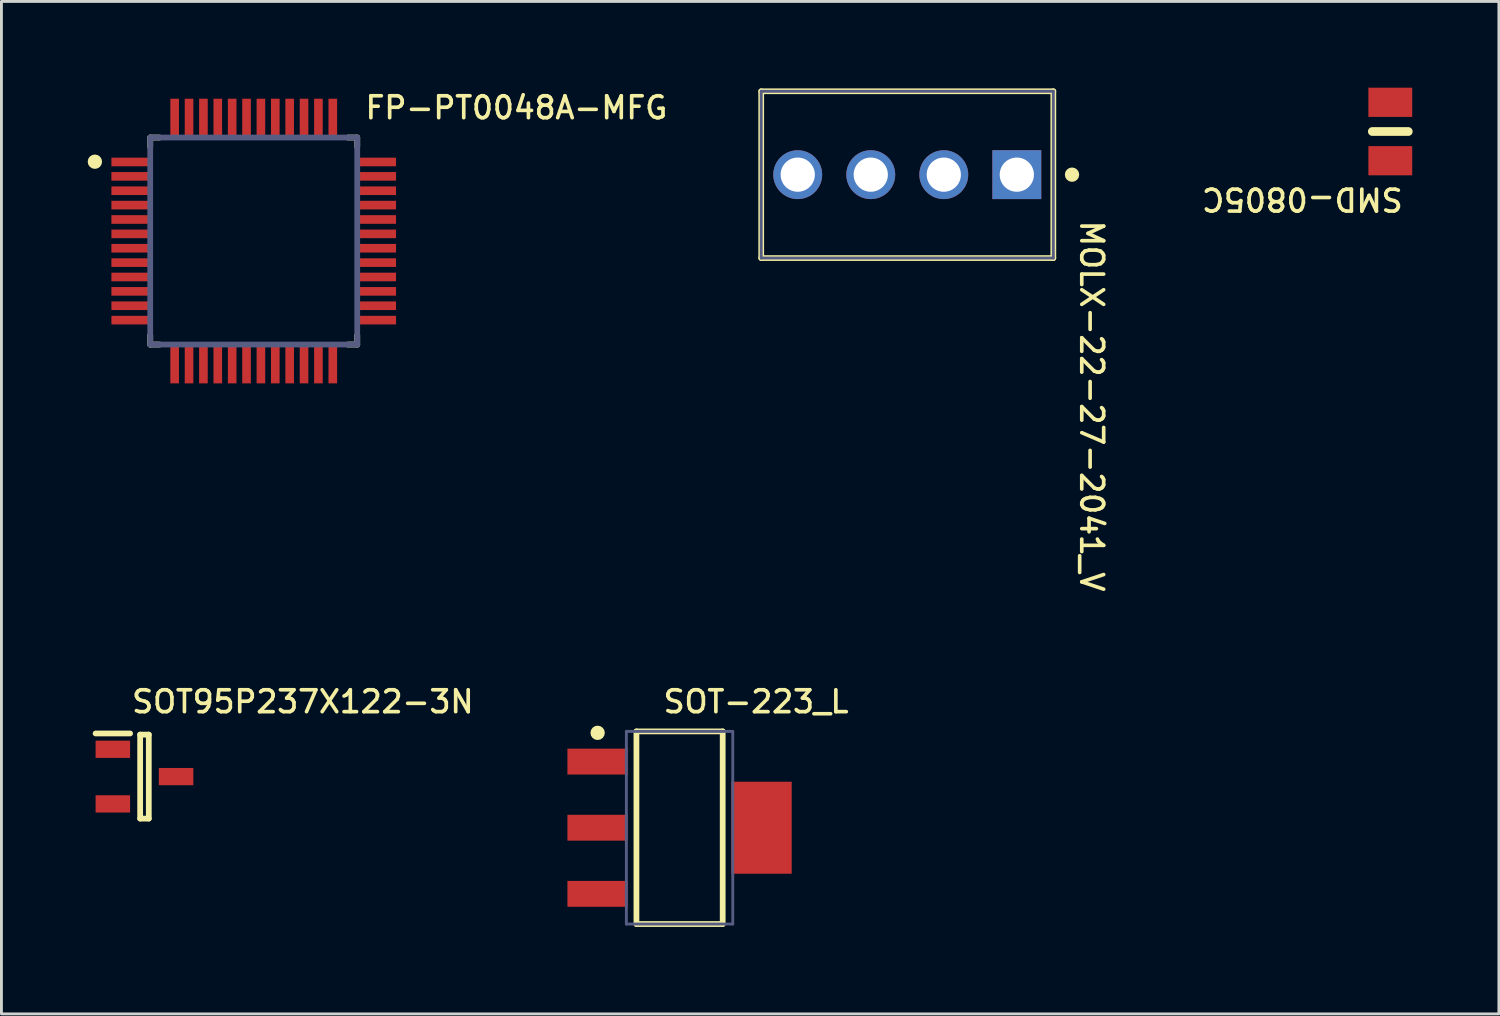
<source format=kicad_pcb>
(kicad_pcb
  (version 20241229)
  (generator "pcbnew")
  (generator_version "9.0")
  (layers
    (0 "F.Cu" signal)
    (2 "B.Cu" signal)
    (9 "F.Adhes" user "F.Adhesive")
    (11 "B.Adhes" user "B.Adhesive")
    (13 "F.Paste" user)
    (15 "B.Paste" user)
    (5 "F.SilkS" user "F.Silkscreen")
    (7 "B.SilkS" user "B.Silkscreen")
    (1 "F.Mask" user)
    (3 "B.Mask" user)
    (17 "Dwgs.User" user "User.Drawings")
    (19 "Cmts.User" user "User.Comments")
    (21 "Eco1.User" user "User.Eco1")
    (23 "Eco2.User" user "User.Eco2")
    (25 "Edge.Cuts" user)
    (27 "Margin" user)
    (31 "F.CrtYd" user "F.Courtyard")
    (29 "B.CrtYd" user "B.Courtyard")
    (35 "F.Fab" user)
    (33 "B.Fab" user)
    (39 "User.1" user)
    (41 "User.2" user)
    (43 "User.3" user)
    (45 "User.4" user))
  (footprint "SOT-223_L"
    (layer "F.Cu")
    (at 20.586 25.739)
    (property "Reference" "SOT-223_L" (at -0.635 -3.937 0) (unlocked yes) (layer "F.SilkS") (effects (font (size 0.762 0.762) (thickness 0.127)) (justify left bottom)))
    (fp_line (start -1.5 -3.35) (end 1.5 -3.35) (stroke (width 0.2) (type solid)) (layer "F.SilkS"))
    (fp_line (start -1.5 3.35) (end -1.5 -3.35) (stroke (width 0.2) (type solid)) (layer "F.SilkS"))
    (fp_line (start -1.5 3.35) (end 1.5 3.35) (stroke (width 0.2) (type solid)) (layer "F.SilkS"))
    (fp_line (start 1.5 3.35) (end 1.5 -3.35) (stroke (width 0.2) (type solid)) (layer "F.SilkS"))
    (fp_circle (center -2.85 -3.3) (end -2.85 -3.425) (stroke (width 0.25) (type solid)) (fill no) (layer "F.SilkS"))
    (fp_line (start -4 -3.45) (end 4 -3.45) (stroke (width 0.05) (type solid)) (layer "Eco1.User"))
    (fp_line (start -4 3.45) (end -4 -3.45) (stroke (width 0.05) (type solid)) (layer "Eco1.User"))
    (fp_line (start -4 3.45) (end 4 3.45) (stroke (width 0.05) (type solid)) (layer "Eco1.User"))
    (fp_line (start -0.5 0) (end 0.5 0) (stroke (width 0.1) (type solid)) (layer "Eco1.User"))
    (fp_line (start 0 0.5) (end 0 -0.5) (stroke (width 0.1) (type solid)) (layer "Eco1.User"))
    (fp_line (start 4 3.45) (end 4 -3.45) (stroke (width 0.05) (type solid)) (layer "Eco1.User"))
    (fp_line (start -1.85 -3.35) (end 1.85 -3.35) (stroke (width 0.1) (type solid)) (layer "B.Fab"))
    (fp_line (start -1.85 3.35) (end -1.85 -3.35) (stroke (width 0.1) (type solid)) (layer "B.Fab"))
    (fp_line (start -1.85 3.35) (end 1.85 3.35) (stroke (width 0.1) (type solid)) (layer "B.Fab"))
    (fp_line (start 1.85 3.35) (end 1.85 -3.35) (stroke (width 0.1) (type solid)) (layer "B.Fab"))
    (pad "1" smd rect (at -2.85 -2.3 90) (size 0.9 2.1) (layers "F.Cu" "F.Mask" "F.Paste"))
    (pad "2" smd rect (at -2.85 0 90) (size 0.9 2.1) (layers "F.Cu" "F.Mask" "F.Paste"))
    (pad "3" smd rect (at -2.85 2.3 90) (size 0.9 2.1) (layers "F.Cu" "F.Mask" "F.Paste"))
    (pad "4" smd rect (at 2.85 0 90) (size 3.2 2.1) (layers "F.Cu" "F.Mask" "F.Paste")))
  (footprint "SMD-0805C"
    (layer "F.Cu")
    (at 45.306 1.524)
    (property "Reference" "SMD-0805C" (at 0.508 1.905 180) (unlocked yes) (layer "F.SilkS") (effects (font (size 0.762 0.762) (thickness 0.127)) (justify left bottom)))
    (fp_line (start 0.625 -0.00024) (end -0.625 -0.00024) (stroke (width 0.305) (type solid)) (layer "F.SilkS"))
    (pad "1" smd rect (at 0 -1.016 270) (size 1.016 1.524) (layers "F.Cu" "F.Mask" "F.Paste"))
    (pad "2" smd rect (at 0 1.016 270) (size 1.016 1.524) (layers "F.Cu" "F.Mask" "F.Paste")))
  (footprint "MOLX-22-27-2041_V"
    (layer "F.Cu")
    (at 28.506 3.025)
    (property "Reference" "MOLX-22-27-2041_V" (at 5.969 1.524 270) (unlocked yes) (layer "F.SilkS") (effects (font (size 0.762 0.762) (thickness 0.127)) (justify left bottom)))
    (fp_line (start -5.08 -2.9) (end -5.08 2.9) (stroke (width 0.2) (type solid)) (layer "F.SilkS"))
    (fp_line (start -5.08 -2.9) (end 5.08 -2.9) (stroke (width 0.2) (type solid)) (layer "F.SilkS"))
    (fp_line (start -5.08 2.9) (end 5.08 2.9) (stroke (width 0.2) (type solid)) (layer "F.SilkS"))
    (fp_line (start 5.08 -2.9) (end 5.08 2.9) (stroke (width 0.2) (type solid)) (layer "F.SilkS"))
    (fp_circle (center 5.73 0) (end 5.855 0) (stroke (width 0.25) (type solid)) (fill no) (layer "F.SilkS"))
    (fp_line (start -5.18 -3) (end -5.18 3) (stroke (width 0.05) (type solid)) (layer "Eco1.User"))
    (fp_line (start -5.18 -3) (end 5.18 -3) (stroke (width 0.05) (type solid)) (layer "Eco1.User"))
    (fp_line (start -5.18 3) (end 5.18 3) (stroke (width 0.05) (type solid)) (layer "Eco1.User"))
    (fp_line (start -0.5 0) (end 0.5 0) (stroke (width 0.1) (type solid)) (layer "Eco1.User"))
    (fp_line (start 0 -0.5) (end 0 0.5) (stroke (width 0.1) (type solid)) (layer "Eco1.User"))
    (fp_line (start 5.18 -3) (end 5.18 3) (stroke (width 0.05) (type solid)) (layer "Eco1.User"))
    (fp_line (start -5.08 -2.9) (end -5.08 2.9) (stroke (width 0.1) (type solid)) (layer "B.Fab"))
    (fp_line (start -5.08 -2.9) (end 5.08 -2.9) (stroke (width 0.1) (type solid)) (layer "B.Fab"))
    (fp_line (start -5.08 2.9) (end 5.08 2.9) (stroke (width 0.1) (type solid)) (layer "B.Fab"))
    (fp_line (start 5.08 -2.9) (end 5.08 2.9) (stroke (width 0.1) (type solid)) (layer "B.Fab"))
    (pad "1" thru_hole rect (at 3.81 0 180) (size 1.7 1.7) (drill 1.19) (layers "*.Cu" "*.Mask"))
    (pad "2" thru_hole circle (at 1.27 0 180) (size 1.7 1.7) (drill 1.19) (layers "*.Cu" "*.Mask"))
    (pad "3" thru_hole circle (at -1.27 0 180) (size 1.7 1.7) (drill 1.19) (layers "*.Cu" "*.Mask"))
    (pad "4" thru_hole circle (at -3.81 0 180) (size 1.7 1.7) (drill 1.19) (layers "*.Cu" "*.Mask")))
  (footprint "SOT95P237X122-3N"
    (layer "F.Cu")
    (at 1.975 23.961)
    (property "Reference" "SOT95P237X122-3N" (at -0.508 -2.159 0) (unlocked yes) (layer "F.SilkS") (effects (font (size 0.762 0.762) (thickness 0.127)) (justify left bottom)))
    (fp_line (start -1.7 -1.5) (end -0.5 -1.5) (stroke (width 0.2) (type solid)) (layer "F.SilkS"))
    (fp_line (start -0.15 -1.46) (end 0.15 -1.46) (stroke (width 0.2) (type solid)) (layer "F.SilkS"))
    (fp_line (start -0.15 1.46) (end -0.15 -1.46) (stroke (width 0.2) (type solid)) (layer "F.SilkS"))
    (fp_line (start -0.15 1.46) (end 0.15 1.46) (stroke (width 0.2) (type solid)) (layer "F.SilkS"))
    (fp_line (start 0.15 1.46) (end 0.15 -1.46) (stroke (width 0.2) (type solid)) (layer "F.SilkS"))
    (fp_line (start -1.95 -1.77) (end 1.95 -1.77) (stroke (width 0.05) (type solid)) (layer "Eco1.User"))
    (fp_line (start -1.95 1.77) (end -1.95 -1.77) (stroke (width 0.05) (type solid)) (layer "Eco1.User"))
    (fp_line (start -1.95 1.77) (end 1.95 1.77) (stroke (width 0.05) (type solid)) (layer "Eco1.User"))
    (fp_line (start -0.65 -1.46) (end 0.65 -1.46) (stroke (width 0.1) (type solid)) (layer "Eco1.User"))
    (fp_line (start -0.65 -0.51) (end 0.3 -1.46) (stroke (width 0.1) (type solid)) (layer "Eco1.User"))
    (fp_line (start -0.65 1.46) (end -0.65 -1.46) (stroke (width 0.1) (type solid)) (layer "Eco1.User"))
    (fp_line (start -0.65 1.46) (end 0.65 1.46) (stroke (width 0.1) (type solid)) (layer "Eco1.User"))
    (fp_line (start 0.65 1.46) (end 0.65 -1.46) (stroke (width 0.1) (type solid)) (layer "Eco1.User"))
    (fp_line (start 1.95 1.77) (end 1.95 -1.77) (stroke (width 0.05) (type solid)) (layer "Eco1.User"))
    (pad "1" smd rect (at -1.1 -0.95) (size 1.2 0.6) (layers "F.Cu" "F.Mask" "F.Paste"))
    (pad "2" smd rect (at -1.1 0.95) (size 1.2 0.6) (layers "F.Cu" "F.Mask" "F.Paste"))
    (pad "3" smd rect (at 1.1 0) (size 1.2 0.6) (layers "F.Cu" "F.Mask" "F.Paste")))
  (footprint "FP-PT0048A-MFG"
    (layer "F.Cu")
    (at 5.775 5.334)
    (property "Reference" "FP-PT0048A-MFG" (at 3.81 -4.191 0) (unlocked yes) (layer "F.SilkS") (effects (font (size 0.762 0.762) (thickness 0.127)) (justify left bottom)))
    (fp_line (start -3.6 -3.6) (end -3.275 -3.6) (stroke (width 0.2) (type solid)) (layer "F.SilkS"))
    (fp_line (start -3.6 -3.275) (end -3.6 -3.6) (stroke (width 0.2) (type solid)) (layer "F.SilkS"))
    (fp_line (start -3.6 3.6) (end -3.6 3.275) (stroke (width 0.2) (type solid)) (layer "F.SilkS"))
    (fp_line (start -3.6 3.6) (end -3.275 3.6) (stroke (width 0.2) (type solid)) (layer "F.SilkS"))
    (fp_line (start 3.275 -3.6) (end 3.6 -3.6) (stroke (width 0.2) (type solid)) (layer "F.SilkS"))
    (fp_line (start 3.275 3.6) (end 3.6 3.6) (stroke (width 0.2) (type solid)) (layer "F.SilkS"))
    (fp_line (start 3.6 -3.275) (end 3.6 -3.6) (stroke (width 0.2) (type solid)) (layer "F.SilkS"))
    (fp_line (start 3.6 3.6) (end 3.6 3.275) (stroke (width 0.2) (type solid)) (layer "F.SilkS"))
    (fp_circle (center -5.525 -2.76) (end -5.525 -2.885) (stroke (width 0.25) (type solid)) (fill no) (layer "F.SilkS"))
    (fp_rect (start -4.925 -2.625) (end -3.575 -2.875) (stroke (width 0) (type default)) (fill yes) (layer "F.Paste"))
    (fp_rect (start -4.925 -2.125) (end -3.575 -2.375) (stroke (width 0) (type default)) (fill yes) (layer "F.Paste"))
    (fp_rect (start -4.925 -1.625) (end -3.575 -1.875) (stroke (width 0) (type default)) (fill yes) (layer "F.Paste"))
    (fp_rect (start -4.925 -1.125) (end -3.575 -1.375) (stroke (width 0) (type default)) (fill yes) (layer "F.Paste"))
    (fp_rect (start -4.925 -0.625) (end -3.575 -0.875) (stroke (width 0) (type default)) (fill yes) (layer "F.Paste"))
    (fp_rect (start -4.925 -0.125) (end -3.575 -0.375) (stroke (width 0) (type default)) (fill yes) (layer "F.Paste"))
    (fp_rect (start -4.925 0.375) (end -3.575 0.125) (stroke (width 0) (type default)) (fill yes) (layer "F.Paste"))
    (fp_rect (start -4.925 0.875) (end -3.575 0.625) (stroke (width 0) (type default)) (fill yes) (layer "F.Paste"))
    (fp_rect (start -4.925 1.375) (end -3.575 1.125) (stroke (width 0) (type default)) (fill yes) (layer "F.Paste"))
    (fp_rect (start -4.925 1.875) (end -3.575 1.625) (stroke (width 0) (type default)) (fill yes) (layer "F.Paste"))
    (fp_rect (start -4.925 2.375) (end -3.575 2.125) (stroke (width 0) (type default)) (fill yes) (layer "F.Paste"))
    (fp_rect (start -4.925 2.875) (end -3.575 2.625) (stroke (width 0) (type default)) (fill yes) (layer "F.Paste"))
    (fp_rect (start -2.875 -3.575) (end -2.625 -4.925) (stroke (width 0) (type default)) (fill yes) (layer "F.Paste"))
    (fp_rect (start -2.875 4.925) (end -2.625 3.575) (stroke (width 0) (type default)) (fill yes) (layer "F.Paste"))
    (fp_rect (start -2.375 -3.575) (end -2.125 -4.925) (stroke (width 0) (type default)) (fill yes) (layer "F.Paste"))
    (fp_rect (start -2.375 4.925) (end -2.125 3.575) (stroke (width 0) (type default)) (fill yes) (layer "F.Paste"))
    (fp_rect (start -1.875 -3.575) (end -1.625 -4.925) (stroke (width 0) (type default)) (fill yes) (layer "F.Paste"))
    (fp_rect (start -1.875 4.925) (end -1.625 3.575) (stroke (width 0) (type default)) (fill yes) (layer "F.Paste"))
    (fp_rect (start -1.375 -3.575) (end -1.125 -4.925) (stroke (width 0) (type default)) (fill yes) (layer "F.Paste"))
    (fp_rect (start -1.375 4.925) (end -1.125 3.575) (stroke (width 0) (type default)) (fill yes) (layer "F.Paste"))
    (fp_rect (start -0.875 -3.575) (end -0.625 -4.925) (stroke (width 0) (type default)) (fill yes) (layer "F.Paste"))
    (fp_rect (start -0.875 4.925) (end -0.625 3.575) (stroke (width 0) (type default)) (fill yes) (layer "F.Paste"))
    (fp_rect (start -0.375 -3.575) (end -0.125 -4.925) (stroke (width 0) (type default)) (fill yes) (layer "F.Paste"))
    (fp_rect (start -0.375 4.925) (end -0.125 3.575) (stroke (width 0) (type default)) (fill yes) (layer "F.Paste"))
    (fp_rect (start 0.125 -3.575) (end 0.375 -4.925) (stroke (width 0) (type default)) (fill yes) (layer "F.Paste"))
    (fp_rect (start 0.125 4.925) (end 0.375 3.575) (stroke (width 0) (type default)) (fill yes) (layer "F.Paste"))
    (fp_rect (start 0.625 -3.575) (end 0.875 -4.925) (stroke (width 0) (type default)) (fill yes) (layer "F.Paste"))
    (fp_rect (start 0.625 4.925) (end 0.875 3.575) (stroke (width 0) (type default)) (fill yes) (layer "F.Paste"))
    (fp_rect (start 1.125 -3.575) (end 1.375 -4.925) (stroke (width 0) (type default)) (fill yes) (layer "F.Paste"))
    (fp_rect (start 1.125 4.925) (end 1.375 3.575) (stroke (width 0) (type default)) (fill yes) (layer "F.Paste"))
    (fp_rect (start 1.625 -3.575) (end 1.875 -4.925) (stroke (width 0) (type default)) (fill yes) (layer "F.Paste"))
    (fp_rect (start 1.625 4.925) (end 1.875 3.575) (stroke (width 0) (type default)) (fill yes) (layer "F.Paste"))
    (fp_rect (start 2.125 -3.575) (end 2.375 -4.925) (stroke (width 0) (type default)) (fill yes) (layer "F.Paste"))
    (fp_rect (start 2.125 4.925) (end 2.375 3.575) (stroke (width 0) (type default)) (fill yes) (layer "F.Paste"))
    (fp_rect (start 2.625 -3.575) (end 2.875 -4.925) (stroke (width 0) (type default)) (fill yes) (layer "F.Paste"))
    (fp_rect (start 2.625 4.925) (end 2.875 3.575) (stroke (width 0) (type default)) (fill yes) (layer "F.Paste"))
    (fp_rect (start 3.575 -2.625) (end 4.925 -2.875) (stroke (width 0) (type default)) (fill yes) (layer "F.Paste"))
    (fp_rect (start 3.575 -2.125) (end 4.925 -2.375) (stroke (width 0) (type default)) (fill yes) (layer "F.Paste"))
    (fp_rect (start 3.575 -1.625) (end 4.925 -1.875) (stroke (width 0) (type default)) (fill yes) (layer "F.Paste"))
    (fp_rect (start 3.575 -1.125) (end 4.925 -1.375) (stroke (width 0) (type default)) (fill yes) (layer "F.Paste"))
    (fp_rect (start 3.575 -0.625) (end 4.925 -0.875) (stroke (width 0) (type default)) (fill yes) (layer "F.Paste"))
    (fp_rect (start 3.575 -0.125) (end 4.925 -0.375) (stroke (width 0) (type default)) (fill yes) (layer "F.Paste"))
    (fp_rect (start 3.575 0.375) (end 4.925 0.125) (stroke (width 0) (type default)) (fill yes) (layer "F.Paste"))
    (fp_rect (start 3.575 0.875) (end 4.925 0.625) (stroke (width 0) (type default)) (fill yes) (layer "F.Paste"))
    (fp_rect (start 3.575 1.375) (end 4.925 1.125) (stroke (width 0) (type default)) (fill yes) (layer "F.Paste"))
    (fp_rect (start 3.575 1.875) (end 4.925 1.625) (stroke (width 0) (type default)) (fill yes) (layer "F.Paste"))
    (fp_rect (start 3.575 2.375) (end 4.925 2.125) (stroke (width 0) (type default)) (fill yes) (layer "F.Paste"))
    (fp_rect (start 3.575 2.875) (end 4.925 2.625) (stroke (width 0) (type default)) (fill yes) (layer "F.Paste"))
    (fp_line (start -5.05 -5.05) (end 5.05 -5.05) (stroke (width 0.2) (type solid)) (layer "Eco1.User"))
    (fp_line (start -5.05 5.05) (end -5.05 -5.05) (stroke (width 0.2) (type solid)) (layer "Eco1.User"))
    (fp_line (start -5.05 5.05) (end 5.05 5.05) (stroke (width 0.2) (type solid)) (layer "Eco1.User"))
    (fp_line (start -0.5 0) (end 0.5 0) (stroke (width 0.1) (type solid)) (layer "Eco1.User"))
    (fp_line (start 0 0.5) (end 0 -0.5) (stroke (width 0.1) (type solid)) (layer "Eco1.User"))
    (fp_line (start 5.05 5.05) (end 5.05 -5.05) (stroke (width 0.2) (type solid)) (layer "Eco1.User"))
    (fp_line (start -3.6 -3.6) (end 3.6 -3.6) (stroke (width 0.2) (type solid)) (layer "B.Fab"))
    (fp_line (start -3.6 3.6) (end -3.6 -3.6) (stroke (width 0.2) (type solid)) (layer "B.Fab"))
    (fp_line (start -3.6 3.6) (end 3.6 3.6) (stroke (width 0.2) (type solid)) (layer "B.Fab"))
    (fp_line (start 3.6 3.6) (end 3.6 -3.6) (stroke (width 0.2) (type solid)) (layer "B.Fab"))
    (fp_line (start -5.05 -5.05) (end 5.05 -5.05) (stroke (width 0.2) (type solid)) (layer "User.5"))
    (fp_line (start -5.05 5.05) (end -5.05 -5.05) (stroke (width 0.2) (type solid)) (layer "User.5"))
    (fp_line (start -5.05 5.05) (end 5.05 5.05) (stroke (width 0.2) (type solid)) (layer "User.5"))
    (fp_line (start 5.05 5.05) (end 5.05 -5.05) (stroke (width 0.2) (type solid)) (layer "User.5"))
    (pad "1" smd rect (at -4.25 -2.75) (size 1.4 0.3) (layers "F.Cu" "F.Mask" "F.Paste"))
    (pad "2" smd rect (at -4.25 -2.25) (size 1.4 0.3) (layers "F.Cu" "F.Mask" "F.Paste"))
    (pad "3" smd rect (at -4.25 -1.75) (size 1.4 0.3) (layers "F.Cu" "F.Mask" "F.Paste"))
    (pad "4" smd rect (at -4.25 -1.25) (size 1.4 0.3) (layers "F.Cu" "F.Mask" "F.Paste"))
    (pad "5" smd rect (at -4.25 -0.75) (size 1.4 0.3) (layers "F.Cu" "F.Mask" "F.Paste"))
    (pad "6" smd rect (at -4.25 -0.25) (size 1.4 0.3) (layers "F.Cu" "F.Mask" "F.Paste"))
    (pad "7" smd rect (at -4.25 0.25) (size 1.4 0.3) (layers "F.Cu" "F.Mask" "F.Paste"))
    (pad "8" smd rect (at -4.25 0.75) (size 1.4 0.3) (layers "F.Cu" "F.Mask" "F.Paste"))
    (pad "9" smd rect (at -4.25 1.25) (size 1.4 0.3) (layers "F.Cu" "F.Mask" "F.Paste"))
    (pad "10" smd rect (at -4.25 1.75) (size 1.4 0.3) (layers "F.Cu" "F.Mask" "F.Paste"))
    (pad "11" smd rect (at -4.25 2.25) (size 1.4 0.3) (layers "F.Cu" "F.Mask" "F.Paste"))
    (pad "12" smd rect (at -4.25 2.75) (size 1.4 0.3) (layers "F.Cu" "F.Mask" "F.Paste"))
    (pad "13" smd rect (at -2.75 4.25) (size 0.3 1.4) (layers "F.Cu" "F.Mask" "F.Paste"))
    (pad "14" smd rect (at -2.25 4.25) (size 0.3 1.4) (layers "F.Cu" "F.Mask" "F.Paste"))
    (pad "15" smd rect (at -1.75 4.25) (size 0.3 1.4) (layers "F.Cu" "F.Mask" "F.Paste"))
    (pad "16" smd rect (at -1.25 4.25) (size 0.3 1.4) (layers "F.Cu" "F.Mask" "F.Paste"))
    (pad "17" smd rect (at -0.75 4.25) (size 0.3 1.4) (layers "F.Cu" "F.Mask" "F.Paste"))
    (pad "18" smd rect (at -0.25 4.25) (size 0.3 1.4) (layers "F.Cu" "F.Mask" "F.Paste"))
    (pad "19" smd rect (at 0.25 4.25) (size 0.3 1.4) (layers "F.Cu" "F.Mask" "F.Paste"))
    (pad "20" smd rect (at 0.75 4.25) (size 0.3 1.4) (layers "F.Cu" "F.Mask" "F.Paste"))
    (pad "21" smd rect (at 1.25 4.25) (size 0.3 1.4) (layers "F.Cu" "F.Mask" "F.Paste"))
    (pad "22" smd rect (at 1.75 4.25) (size 0.3 1.4) (layers "F.Cu" "F.Mask" "F.Paste"))
    (pad "23" smd rect (at 2.25 4.25) (size 0.3 1.4) (layers "F.Cu" "F.Mask" "F.Paste"))
    (pad "24" smd rect (at 2.75 4.25) (size 0.3 1.4) (layers "F.Cu" "F.Mask" "F.Paste"))
    (pad "25" smd rect (at 4.25 2.75) (size 1.4 0.3) (layers "F.Cu" "F.Mask" "F.Paste"))
    (pad "26" smd rect (at 4.25 2.25) (size 1.4 0.3) (layers "F.Cu" "F.Mask" "F.Paste"))
    (pad "27" smd rect (at 4.25 1.75) (size 1.4 0.3) (layers "F.Cu" "F.Mask" "F.Paste"))
    (pad "28" smd rect (at 4.25 1.25) (size 1.4 0.3) (layers "F.Cu" "F.Mask" "F.Paste"))
    (pad "29" smd rect (at 4.25 0.75) (size 1.4 0.3) (layers "F.Cu" "F.Mask" "F.Paste"))
    (pad "30" smd rect (at 4.25 0.25) (size 1.4 0.3) (layers "F.Cu" "F.Mask" "F.Paste"))
    (pad "31" smd rect (at 4.25 -0.25) (size 1.4 0.3) (layers "F.Cu" "F.Mask" "F.Paste"))
    (pad "32" smd rect (at 4.25 -0.75) (size 1.4 0.3) (layers "F.Cu" "F.Mask" "F.Paste"))
    (pad "33" smd rect (at 4.25 -1.25) (size 1.4 0.3) (layers "F.Cu" "F.Mask" "F.Paste"))
    (pad "34" smd rect (at 4.25 -1.75) (size 1.4 0.3) (layers "F.Cu" "F.Mask" "F.Paste"))
    (pad "35" smd rect (at 4.25 -2.25) (size 1.4 0.3) (layers "F.Cu" "F.Mask" "F.Paste"))
    (pad "36" smd rect (at 4.25 -2.75) (size 1.4 0.3) (layers "F.Cu" "F.Mask" "F.Paste"))
    (pad "37" smd rect (at 2.75 -4.25) (size 0.3 1.4) (layers "F.Cu" "F.Mask" "F.Paste"))
    (pad "38" smd rect (at 2.25 -4.25) (size 0.3 1.4) (layers "F.Cu" "F.Mask" "F.Paste"))
    (pad "39" smd rect (at 1.75 -4.25) (size 0.3 1.4) (layers "F.Cu" "F.Mask" "F.Paste"))
    (pad "40" smd rect (at 1.25 -4.25) (size 0.3 1.4) (layers "F.Cu" "F.Mask" "F.Paste"))
    (pad "41" smd rect (at 0.75 -4.25) (size 0.3 1.4) (layers "F.Cu" "F.Mask" "F.Paste"))
    (pad "42" smd rect (at 0.25 -4.25) (size 0.3 1.4) (layers "F.Cu" "F.Mask" "F.Paste"))
    (pad "43" smd rect (at -0.25 -4.25) (size 0.3 1.4) (layers "F.Cu" "F.Mask" "F.Paste"))
    (pad "44" smd rect (at -0.75 -4.25) (size 0.3 1.4) (layers "F.Cu" "F.Mask" "F.Paste"))
    (pad "45" smd rect (at -1.25 -4.25) (size 0.3 1.4) (layers "F.Cu" "F.Mask" "F.Paste"))
    (pad "46" smd rect (at -1.75 -4.25) (size 0.3 1.4) (layers "F.Cu" "F.Mask" "F.Paste"))
    (pad "47" smd rect (at -2.25 -4.25) (size 0.3 1.4) (layers "F.Cu" "F.Mask" "F.Paste"))
    (pad "48" smd rect (at -2.75 -4.25) (size 0.3 1.4) (layers "F.Cu" "F.Mask" "F.Paste")))
  (gr_rect
    (start -3 -3)
    (end 49.083 32.214)
    (stroke (width 0.1) (type default))
    (fill no)
    (layer "Edge.Cuts")))
</source>
